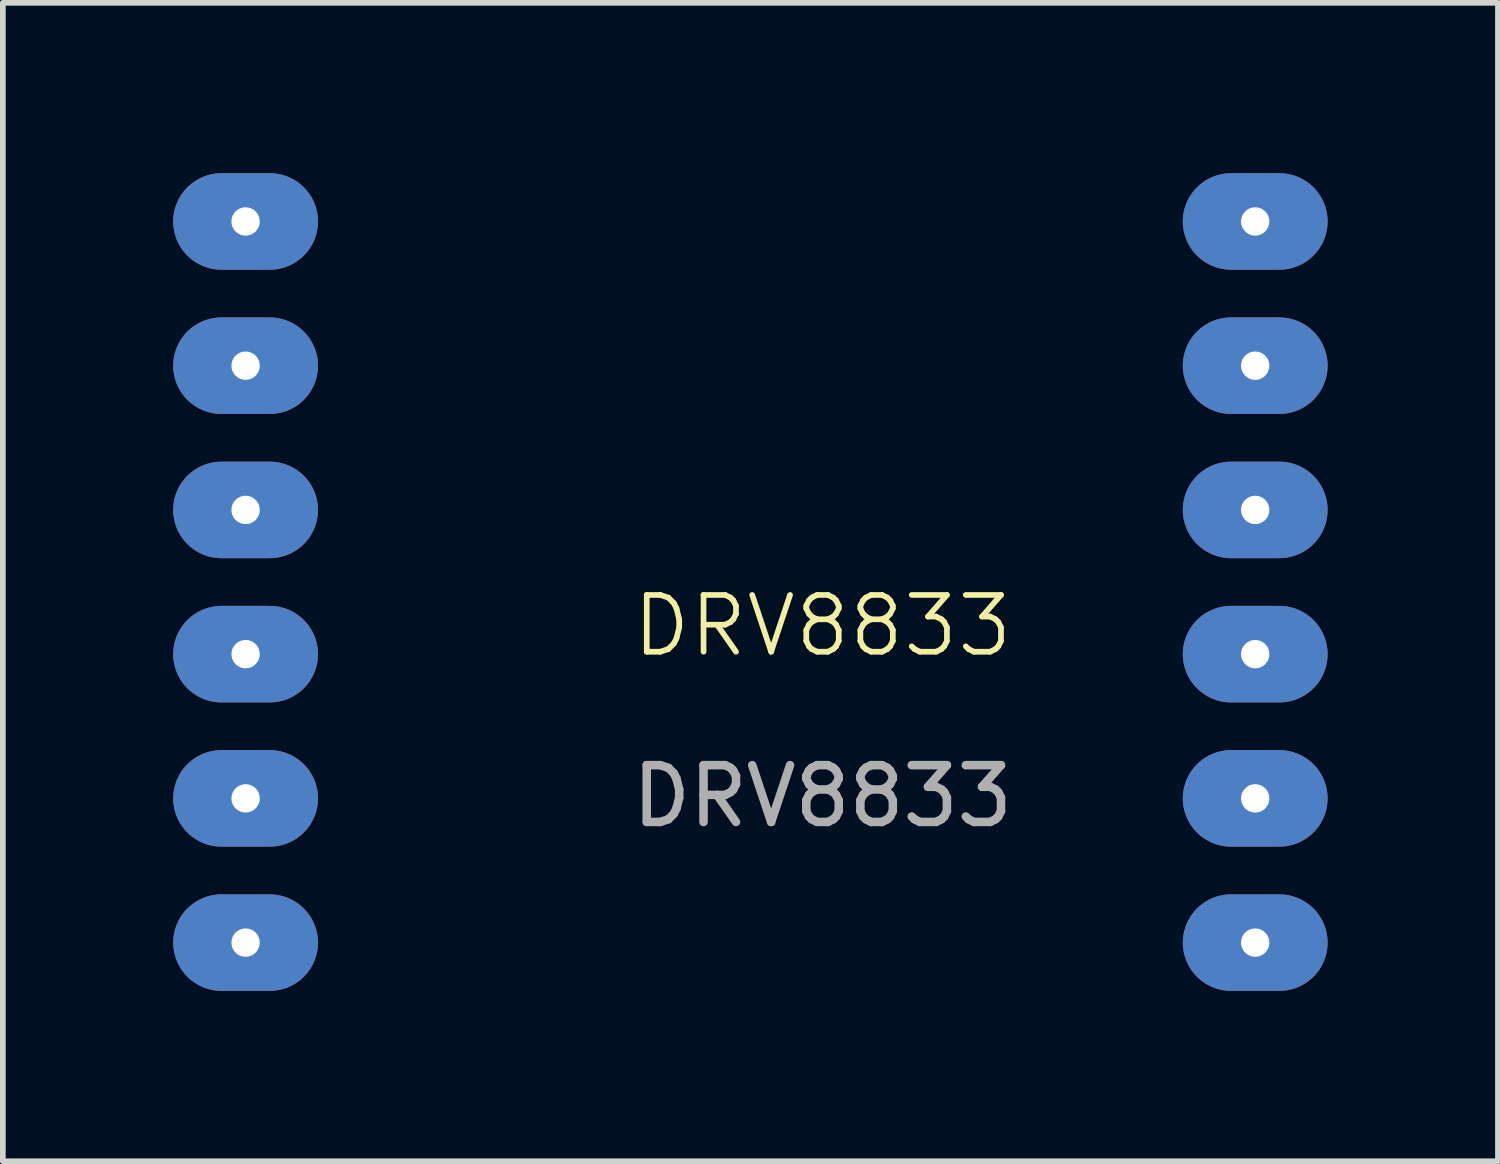
<source format=kicad_pcb>
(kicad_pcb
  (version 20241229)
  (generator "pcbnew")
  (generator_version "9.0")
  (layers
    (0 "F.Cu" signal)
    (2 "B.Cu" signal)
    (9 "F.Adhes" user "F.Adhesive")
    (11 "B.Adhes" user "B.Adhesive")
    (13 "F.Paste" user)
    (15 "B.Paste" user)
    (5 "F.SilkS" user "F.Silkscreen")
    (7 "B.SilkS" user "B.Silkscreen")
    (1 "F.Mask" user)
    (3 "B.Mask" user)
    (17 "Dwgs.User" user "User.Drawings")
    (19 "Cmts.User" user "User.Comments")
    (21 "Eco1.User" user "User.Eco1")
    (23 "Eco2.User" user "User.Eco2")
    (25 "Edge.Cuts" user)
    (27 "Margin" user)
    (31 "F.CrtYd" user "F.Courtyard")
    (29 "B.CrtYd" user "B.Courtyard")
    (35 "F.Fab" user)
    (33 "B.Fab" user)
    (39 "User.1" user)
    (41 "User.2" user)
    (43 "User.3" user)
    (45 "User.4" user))
  (footprint "DRV8833"
    (layer "F.Cu")
    (at 11.435 8.47)
    (property "Reference" "DRV8833" (at 0 -0.5 0) (unlocked yes) (layer "F.SilkS") (effects (font (size 1 1) (thickness 0.1))))
    (attr through_hole)
    (fp_text user "${REFERENCE}" (at 0 2.5 0) (unlocked yes) (layer "F.Fab") (effects (font (size 1 1) (thickness 0.15))))
    (pad "1" thru_hole oval (at -10.16 -7.62) (size 2.55 1.7) (drill 0.5) (layers "*.Cu" "*.Mask"))
    (pad "2" thru_hole oval (at -10.16 -5.08) (size 2.55 1.7) (drill 0.5) (layers "*.Cu" "*.Mask"))
    (pad "3" thru_hole oval (at -10.16 -2.54) (size 2.55 1.7) (drill 0.5) (layers "*.Cu" "*.Mask"))
    (pad "4" thru_hole oval (at -10.16 0) (size 2.55 1.7) (drill 0.5) (layers "*.Cu" "*.Mask"))
    (pad "5" thru_hole oval (at -10.16 2.54) (size 2.55 1.7) (drill 0.5) (layers "*.Cu" "*.Mask"))
    (pad "6" thru_hole oval (at -10.16 5.08) (size 2.55 1.7) (drill 0.5) (layers "*.Cu" "*.Mask"))
    (pad "7" thru_hole oval (at 7.62 5.08) (size 2.55 1.7) (drill 0.5) (layers "*.Cu" "*.Mask"))
    (pad "8" thru_hole oval (at 7.62 2.54) (size 2.55 1.7) (drill 0.5) (layers "*.Cu" "*.Mask"))
    (pad "9" thru_hole oval (at 7.62 0) (size 2.55 1.7) (drill 0.5) (layers "*.Cu" "*.Mask"))
    (pad "10" thru_hole oval (at 7.62 -2.54) (size 2.55 1.7) (drill 0.5) (layers "*.Cu" "*.Mask"))
    (pad "11" thru_hole oval (at 7.62 -5.08) (size 2.55 1.7) (drill 0.5) (layers "*.Cu" "*.Mask"))
    (pad "12" thru_hole oval (at 7.62 -7.62) (size 2.55 1.7) (drill 0.5) (layers "*.Cu" "*.Mask")))
  (gr_rect
    (start -3 -3)
    (end 23.33 17.4)
    (stroke (width 0.1) (type default))
    (fill no)
    (layer "Edge.Cuts")))
</source>
